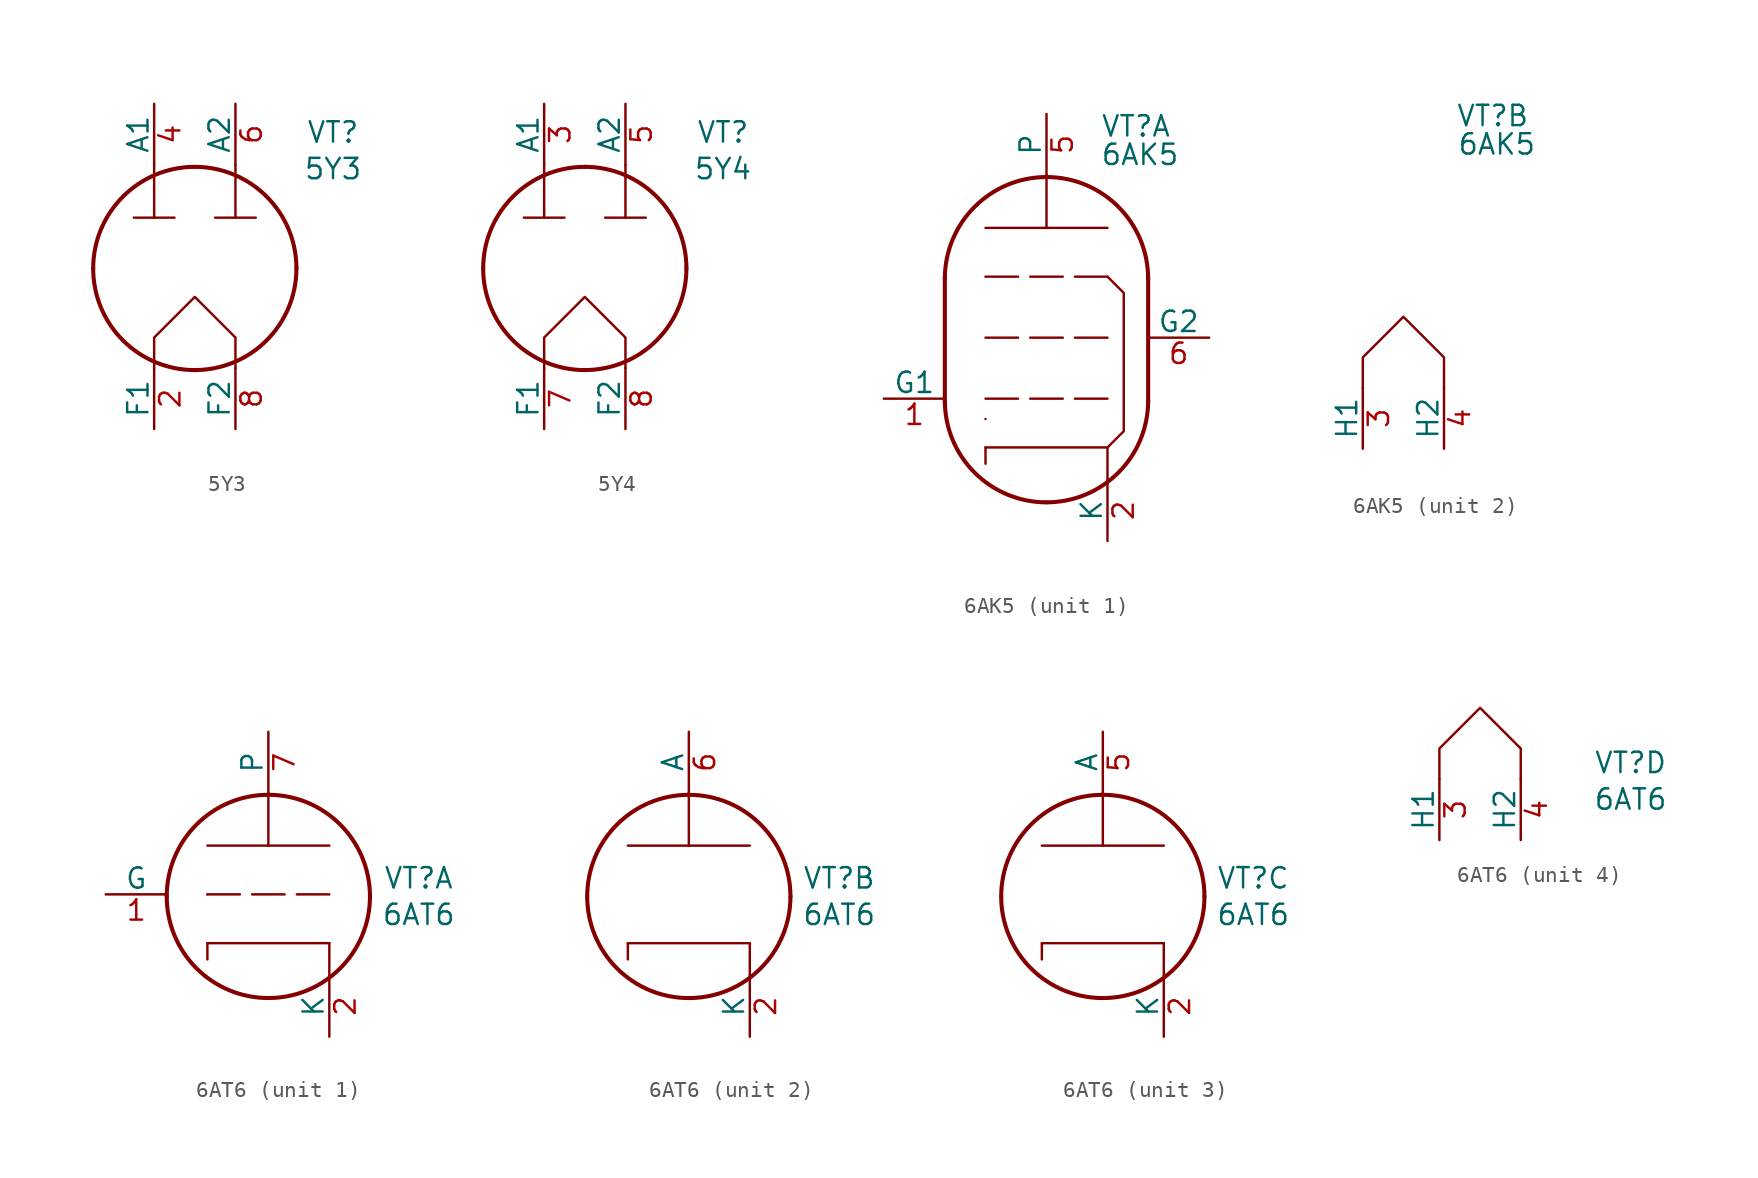
<source format=kicad_sym>
(kicad_symbol_lib
  (version 20241209)
  (generator "kicad_symbol_editor")
  (generator_version "9.0")
  (symbol "5Y3"
    (pin_names
      (offset 0))
    (property "Reference" "VT"
      (at 8.636 8.382 0)
      (effects (font (size 1.27 1.27))))
    (property "Value" "5Y3"
      (at 8.636 6.096 0)
      (effects (font (size 1.27 1.27))))
    (symbol "5Y3_1_1"
      (polyline (pts (xy -2.54 3.048) (xy -2.54 6.35)) (stroke (width 0) (type solid)) (fill (type none)))
      (polyline (pts (xy -2.54 -6.35) (xy -2.54 -4.445) (xy 0 -1.905) (xy 2.54 -4.445) (xy 2.54 -6.35)) (stroke (width 0) (type solid)) (fill (type none)))
      (polyline (pts (xy -1.27 3.048) (xy -3.81 3.048)) (stroke (width 0) (type solid)) (fill (type none)))
      (arc (start -0.0001 -6.4769) (mid -4.4926 -4.6195) (end -6.35 -0.127) (stroke (width 0.254) (type solid)) (fill (type none)))
      (arc (start -6.35 -0.127) (mid -4.4902 4.3632) (end 0 6.223) (stroke (width 0.254) (type solid)) (fill (type none)))
      (arc (start 0 6.223) (mid 4.4902 4.3632) (end 6.35 -0.127) (stroke (width 0.254) (type solid)) (fill (type none)))
      (arc (start 6.35 -0.127) (mid 4.491 -4.618) (end -0.0001 -6.4769) (stroke (width 0.254) (type solid)) (fill (type none)))
      (polyline (pts (xy 1.27 3.048) (xy 3.81 3.048)) (stroke (width 0) (type solid)) (fill (type none)))
      (polyline (pts (xy 2.54 3.048) (xy 2.54 6.35)) (stroke (width 0) (type solid)) (fill (type none)))
      (pin no_connect line (at -5.08 1.27 0) (length 3.81) (hide yes) (name "NC" (effects (font (size 1.27 1.27)))) (number "1" (effects (font (size 1.27 1.27)))))
      (pin no_connect line (at -5.08 0 0) (length 3.81) (hide yes) (name "X" (effects (font (size 1.27 1.27)))) (number "3" (effects (font (size 1.27 1.27)))))
      (pin no_connect line (at -5.08 -1.27 0) (length 3.81) (hide yes) (name "X" (effects (font (size 1.27 1.27)))) (number "5" (effects (font (size 1.27 1.27)))))
      (pin no_connect line (at -5.08 -2.54 0) (length 3.81) (hide yes) (name "X" (effects (font (size 1.27 1.27)))) (number "7" (effects (font (size 1.27 1.27)))))
      (pin power_in line (at -2.54 10.16 270) (length 3.81) (name "A1" (effects (font (size 1.27 1.27)))) (number "4" (effects (font (size 1.27 1.27)))))
      (pin power_out line (at -2.54 -10.16 90) (length 3.81) (name "F1" (effects (font (size 1.27 1.27)))) (number "2" (effects (font (size 1.27 1.27)))))
      (pin power_in line (at 2.54 10.16 270) (length 3.81) (name "A2" (effects (font (size 1.27 1.27)))) (number "6" (effects (font (size 1.27 1.27)))))
      (pin power_out line (at 2.54 -10.16 90) (length 3.81) (name "F2" (effects (font (size 1.27 1.27)))) (number "8" (effects (font (size 1.27 1.27)))))))
  (symbol "5Y4"
    (pin_names
      (offset 0))
    (property "Reference" "VT"
      (at 8.636 8.382 0)
      (effects (font (size 1.27 1.27))))
    (property "Value" "5Y4"
      (at 8.636 6.096 0)
      (effects (font (size 1.27 1.27))))
    (symbol "5Y4_1_1"
      (polyline (pts (xy -2.54 3.048) (xy -2.54 6.35)) (stroke (width 0) (type solid)) (fill (type none)))
      (polyline (pts (xy -2.54 -6.35) (xy -2.54 -4.445) (xy 0 -1.905) (xy 2.54 -4.445) (xy 2.54 -6.35)) (stroke (width 0) (type solid)) (fill (type none)))
      (polyline (pts (xy -1.27 3.048) (xy -3.81 3.048)) (stroke (width 0) (type solid)) (fill (type none)))
      (arc (start -0.0001 -6.4769) (mid -4.4926 -4.6195) (end -6.35 -0.127) (stroke (width 0.254) (type solid)) (fill (type none)))
      (arc (start -6.35 -0.127) (mid -4.4902 4.3632) (end 0 6.223) (stroke (width 0.254) (type solid)) (fill (type none)))
      (arc (start 0 6.223) (mid 4.4902 4.3632) (end 6.35 -0.127) (stroke (width 0.254) (type solid)) (fill (type none)))
      (arc (start 6.35 -0.127) (mid 4.491 -4.618) (end -0.0001 -6.4769) (stroke (width 0.254) (type solid)) (fill (type none)))
      (polyline (pts (xy 1.27 3.048) (xy 3.81 3.048)) (stroke (width 0) (type solid)) (fill (type none)))
      (polyline (pts (xy 2.54 3.048) (xy 2.54 6.35)) (stroke (width 0) (type solid)) (fill (type none)))
      (pin no_connect line (at -5.08 1.27 0) (length 3.81) (hide yes) (name "NC" (effects (font (size 1.27 1.27)))) (number "1" (effects (font (size 1.27 1.27)))))
      (pin no_connect line (at -5.08 0 0) (length 3.81) (hide yes) (name "NC" (effects (font (size 1.27 1.27)))) (number "2" (effects (font (size 1.27 1.27)))))
      (pin no_connect line (at -5.08 -1.27 0) (length 3.81) (hide yes) (name "NC" (effects (font (size 1.27 1.27)))) (number "4" (effects (font (size 1.27 1.27)))))
      (pin no_connect line (at -5.08 -2.54 0) (length 3.81) (hide yes) (name "NC" (effects (font (size 1.27 1.27)))) (number "6" (effects (font (size 1.27 1.27)))))
      (pin power_in line (at -2.54 10.16 270) (length 3.81) (name "A1" (effects (font (size 1.27 1.27)))) (number "3" (effects (font (size 1.27 1.27)))))
      (pin power_out line (at -2.54 -10.16 90) (length 3.81) (name "F1" (effects (font (size 1.27 1.27)))) (number "7" (effects (font (size 1.27 1.27)))))
      (pin power_in line (at 2.54 10.16 270) (length 3.81) (name "A2" (effects (font (size 1.27 1.27)))) (number "5" (effects (font (size 1.27 1.27)))))
      (pin power_out line (at 2.54 -10.16 90) (length 3.81) (name "F2" (effects (font (size 1.27 1.27)))) (number "8" (effects (font (size 1.27 1.27)))))))
  (symbol "6AK5"
    (pin_names
      (offset 0))
    (property "Reference" "VT"
      (at 5.588 17.018 0)
      (effects (font (size 1.27 1.27))))
    (property "Value" "6AK5"
      (at 5.842 15.24 0)
      (effects (font (size 1.27 1.27))))
    (property "ki_locked" ""
      (at 0 0 0)
      (effects (font (size 1.27 1.27))))
    (symbol "6AK5_1_1"
      (polyline (pts (xy -6.35 -0.254) (xy -6.35 7.62)) (stroke (width 0.254) (type solid)) (fill (type none)))
      (polyline (pts (xy -6.35 -0.254) (xy -6.35 -0.254)) (stroke (width 0) (type default)) (fill (type none)))
      (polyline (pts (xy -3.81 7.62) (xy -1.778 7.62)) (stroke (width 0) (type default)) (fill (type none)))
      (polyline (pts (xy -3.81 3.81) (xy -1.778 3.81)) (stroke (width 0) (type default)) (fill (type none)))
      (polyline (pts (xy -3.81 0) (xy -1.778 0)) (stroke (width 0) (type default)) (fill (type none)))
      (polyline (pts (xy -3.81 -1.27) (xy -3.81 -1.27)) (stroke (width 0) (type default)) (fill (type none)))
      (polyline (pts (xy -3.81 -3.048) (xy -3.81 -4.064)) (stroke (width 0) (type default)) (fill (type none)))
      (polyline (pts (xy -3.81 -3.048) (xy 3.81 -3.048)) (stroke (width 0) (type solid)) (fill (type none)))
      (polyline (pts (xy -1.016 7.62) (xy 1.016 7.62)) (stroke (width 0) (type default)) (fill (type none)))
      (polyline (pts (xy -1.016 3.81) (xy 1.016 3.81)) (stroke (width 0) (type default)) (fill (type none)))
      (polyline (pts (xy -1.016 0) (xy 1.016 0)) (stroke (width 0) (type default)) (fill (type none)))
      (arc (start -0.0001 -6.4769) (mid -4.4926 -4.6195) (end -6.35 -0.127) (stroke (width 0.254) (type solid)) (fill (type none)))
      (arc (start -6.35 7.493) (mid -4.4902 11.9832) (end 0 13.843) (stroke (width 0.254) (type solid)) (fill (type none)))
      (polyline (pts (xy 0 10.668) (xy -3.81 10.668)) (stroke (width 0) (type solid)) (fill (type none)))
      (polyline (pts (xy 0 10.668) (xy 0 13.97)) (stroke (width 0) (type solid)) (fill (type none)))
      (polyline (pts (xy 0 10.668) (xy 3.81 10.668)) (stroke (width 0) (type solid)) (fill (type none)))
      (arc (start 0 13.843) (mid 4.4902 11.9832) (end 6.35 7.493) (stroke (width 0.254) (type solid)) (fill (type none)))
      (arc (start 6.35 -0.127) (mid 4.491 -4.618) (end -0.0001 -6.4769) (stroke (width 0.254) (type solid)) (fill (type none)))
      (polyline (pts (xy 1.778 7.62) (xy 3.81 7.62)) (stroke (width 0) (type default)) (fill (type none)))
      (polyline (pts (xy 1.778 3.81) (xy 3.81 3.81)) (stroke (width 0) (type default)) (fill (type none)))
      (polyline (pts (xy 1.778 0) (xy 3.81 0)) (stroke (width 0) (type default)) (fill (type none)))
      (polyline (pts (xy 3.81 -3.048) (xy 3.81 -5.08)) (stroke (width 0) (type default)) (fill (type none)))
      (polyline (pts (xy 3.81 -3.048) (xy 4.826 -2.032) (xy 4.826 6.604) (xy 3.81 7.62)) (stroke (width 0) (type default)) (fill (type none)))
      (polyline (pts (xy 6.35 -0.254) (xy 6.35 7.62)) (stroke (width 0.254) (type solid)) (fill (type none)))
      (pin input line (at -10.16 0 0) (length 3.81) (name "G1" (effects (font (size 1.27 1.27)))) (number "1" (effects (font (size 1.27 1.27)))))
      (pin passive line (at 0 17.78 270) (length 3.81) (name "P" (effects (font (size 1.27 1.27)))) (number "5" (effects (font (size 1.27 1.27)))))
      (pin passive line (at 3.81 -8.89 90) (length 3.81) (name "K" (effects (font (size 1.27 1.27)))) (number "2" (effects (font (size 1.27 1.27)))))
      (pin passive line (at 3.81 -8.89 90) (length 3.81) (hide yes) (name "K" (effects (font (size 1.27 1.27)))) (number "7" (effects (font (size 1.27 1.27)))))
      (pin passive line (at 10.16 3.81 180) (length 3.81) (name "G2" (effects (font (size 1.27 1.27)))) (number "6" (effects (font (size 1.27 1.27))))))
    (symbol "6AK5_2_1"
      (polyline (pts (xy -2.54 0) (xy -2.54 1.905) (xy 0 4.445) (xy 2.54 1.905) (xy 2.54 0)) (stroke (width 0) (type solid)) (fill (type none)))
      (pin passive line (at -2.54 -3.81 90) (length 3.81) (name "H1" (effects (font (size 1.27 1.27)))) (number "3" (effects (font (size 1.27 1.27)))))
      (pin passive line (at 2.54 -3.81 90) (length 3.81) (name "H2" (effects (font (size 1.27 1.27)))) (number "4" (effects (font (size 1.27 1.27)))))))
  (symbol "6AT6"
    (pin_names
      (offset 0))
    (property "Reference" "VT"
      (at 9.398 1.016 0)
      (effects (font (size 1.27 1.27))))
    (property "Value" "6AT6"
      (at 9.398 -1.27 0)
      (effects (font (size 1.27 1.27))))
    (property "ki_locked" ""
      (at 0 0 0)
      (effects (font (size 1.27 1.27))))
    (symbol "6AT6_1_1"
      (polyline (pts (xy -3.81 0) (xy -3.81 0)) (stroke (width 0) (type default)) (fill (type none)))
      (polyline (pts (xy -3.81 0) (xy -1.778 0)) (stroke (width 0) (type default)) (fill (type none)))
      (polyline (pts (xy -3.81 -3.048) (xy -3.81 -4.064)) (stroke (width 0) (type default)) (fill (type none)))
      (polyline (pts (xy -3.81 -3.048) (xy 3.81 -3.048)) (stroke (width 0) (type solid)) (fill (type none)))
      (polyline (pts (xy -1.016 0) (xy 1.016 0)) (stroke (width 0) (type default)) (fill (type none)))
      (arc (start -0.0001 -6.4769) (mid -4.4926 -4.6195) (end -6.35 -0.127) (stroke (width 0.254) (type solid)) (fill (type none)))
      (arc (start -6.35 -0.127) (mid -4.4902 4.3632) (end 0 6.223) (stroke (width 0.254) (type solid)) (fill (type none)))
      (polyline (pts (xy 0 3.048) (xy -3.81 3.048)) (stroke (width 0) (type solid)) (fill (type none)))
      (polyline (pts (xy 0 3.048) (xy 0 6.35)) (stroke (width 0) (type solid)) (fill (type none)))
      (polyline (pts (xy 0 3.048) (xy 3.81 3.048)) (stroke (width 0) (type solid)) (fill (type none)))
      (arc (start 0 6.223) (mid 4.4902 4.3632) (end 6.35 -0.127) (stroke (width 0.254) (type solid)) (fill (type none)))
      (arc (start 6.35 -0.127) (mid 4.491 -4.618) (end -0.0001 -6.4769) (stroke (width 0.254) (type solid)) (fill (type none)))
      (polyline (pts (xy 1.778 0) (xy 3.81 0)) (stroke (width 0) (type default)) (fill (type none)))
      (polyline (pts (xy 3.81 -3.048) (xy 3.81 -5.08)) (stroke (width 0) (type default)) (fill (type none)))
      (pin input line (at -10.16 0 0) (length 3.81) (name "G" (effects (font (size 1.27 1.27)))) (number "1" (effects (font (size 1.27 1.27)))))
      (pin passive line (at 0 10.16 270) (length 3.81) (name "P" (effects (font (size 1.27 1.27)))) (number "7" (effects (font (size 1.27 1.27)))))
      (pin passive line (at 3.81 -8.89 90) (length 3.81) (name "K" (effects (font (size 1.27 1.27)))) (number "2" (effects (font (size 1.27 1.27))))))
    (symbol "6AT6_2_1"
      (polyline (pts (xy -3.81 -3.048) (xy -3.81 -4.064)) (stroke (width 0) (type default)) (fill (type none)))
      (polyline (pts (xy -3.81 -3.048) (xy 3.81 -3.048)) (stroke (width 0) (type solid)) (fill (type none)))
      (arc (start -0.0001 -6.4769) (mid -4.4926 -4.6195) (end -6.35 -0.127) (stroke (width 0.254) (type solid)) (fill (type none)))
      (arc (start -6.35 -0.127) (mid -4.4902 4.3632) (end 0 6.223) (stroke (width 0.254) (type solid)) (fill (type none)))
      (polyline (pts (xy 0 3.048) (xy -3.81 3.048)) (stroke (width 0) (type solid)) (fill (type none)))
      (polyline (pts (xy 0 3.048) (xy 0 6.35)) (stroke (width 0) (type solid)) (fill (type none)))
      (polyline (pts (xy 0 3.048) (xy 3.81 3.048)) (stroke (width 0) (type solid)) (fill (type none)))
      (arc (start 0 6.223) (mid 4.4902 4.3632) (end 6.35 -0.127) (stroke (width 0.254) (type solid)) (fill (type none)))
      (arc (start 6.35 -0.127) (mid 4.491 -4.618) (end -0.0001 -6.4769) (stroke (width 0.254) (type solid)) (fill (type none)))
      (polyline (pts (xy 3.81 -3.048) (xy 3.81 -5.08)) (stroke (width 0) (type default)) (fill (type none)))
      (pin passive line (at 0 10.16 270) (length 3.81) (name "A" (effects (font (size 1.27 1.27)))) (number "6" (effects (font (size 1.27 1.27)))))
      (pin passive line (at 3.81 -8.89 90) (length 3.81) (name "K" (effects (font (size 1.27 1.27)))) (number "2" (effects (font (size 1.27 1.27))))))
    (symbol "6AT6_3_1"
      (polyline (pts (xy -3.81 -3.048) (xy -3.81 -4.064)) (stroke (width 0) (type default)) (fill (type none)))
      (polyline (pts (xy -3.81 -3.048) (xy 3.81 -3.048)) (stroke (width 0) (type solid)) (fill (type none)))
      (arc (start -0.0001 -6.4769) (mid -4.4926 -4.6195) (end -6.35 -0.127) (stroke (width 0.254) (type solid)) (fill (type none)))
      (arc (start -6.35 -0.127) (mid -4.4902 4.3632) (end 0 6.223) (stroke (width 0.254) (type solid)) (fill (type none)))
      (polyline (pts (xy 0 3.048) (xy -3.81 3.048)) (stroke (width 0) (type solid)) (fill (type none)))
      (polyline (pts (xy 0 3.048) (xy 0 6.35)) (stroke (width 0) (type solid)) (fill (type none)))
      (polyline (pts (xy 0 3.048) (xy 3.81 3.048)) (stroke (width 0) (type solid)) (fill (type none)))
      (arc (start 0 6.223) (mid 4.4902 4.3632) (end 6.35 -0.127) (stroke (width 0.254) (type solid)) (fill (type none)))
      (arc (start 6.35 -0.127) (mid 4.491 -4.618) (end -0.0001 -6.4769) (stroke (width 0.254) (type solid)) (fill (type none)))
      (polyline (pts (xy 3.81 -3.048) (xy 3.81 -5.08)) (stroke (width 0) (type default)) (fill (type none)))
      (pin passive line (at 0 10.16 270) (length 3.81) (name "A" (effects (font (size 1.27 1.27)))) (number "5" (effects (font (size 1.27 1.27)))))
      (pin passive line (at 3.81 -8.89 90) (length 3.81) (name "K" (effects (font (size 1.27 1.27)))) (number "2" (effects (font (size 1.27 1.27))))))
    (symbol "6AT6_4_1"
      (polyline (pts (xy -2.54 0) (xy -2.54 1.905) (xy 0 4.445) (xy 2.54 1.905) (xy 2.54 0)) (stroke (width 0) (type solid)) (fill (type none)))
      (pin passive line (at -2.54 -3.81 90) (length 3.81) (name "H1" (effects (font (size 1.27 1.27)))) (number "3" (effects (font (size 1.27 1.27)))))
      (pin passive line (at 2.54 -3.81 90) (length 3.81) (name "H2" (effects (font (size 1.27 1.27)))) (number "4" (effects (font (size 1.27 1.27))))))))
</source>
